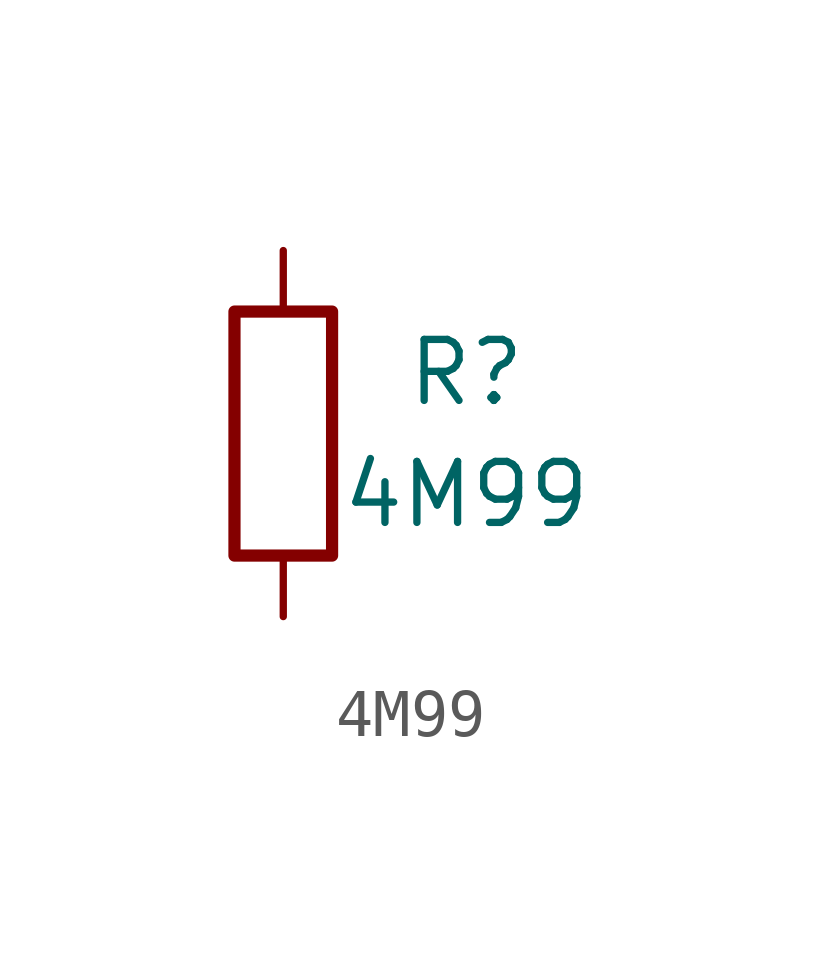
<source format=kicad_sym>
(kicad_symbol_lib
  (version 20220914)
  (generator kicad_symbol_editor)
  (symbol "4M99"
    (pin_numbers hide)
    (pin_names
      (offset 0))
    (property "Reference" "R"
      (at 3.81 1.27 0)
      (effects (font (size 1.27 1.27))))
    (property "Value" "4M99"
      (at 3.81 -1.27 0)
      (effects (font (size 1.27 1.27))))
    (symbol "4M99_0_1"
      (rectangle (start -1.016 -2.54) (end 1.016 2.54) (stroke (width 0.254) (type solid)) (fill (type none))))
    (symbol "4M99_1_1"
      (pin passive line (at 0 3.81 270) (length 1.27) (name "~" (effects (font (size 1.27 1.27)))) (number "1" (effects (font (size 1.27 1.27)))))
      (pin passive line (at 0 -3.81 90) (length 1.27) (name "~" (effects (font (size 1.27 1.27)))) (number "2" (effects (font (size 1.27 1.27))))))))
</source>
